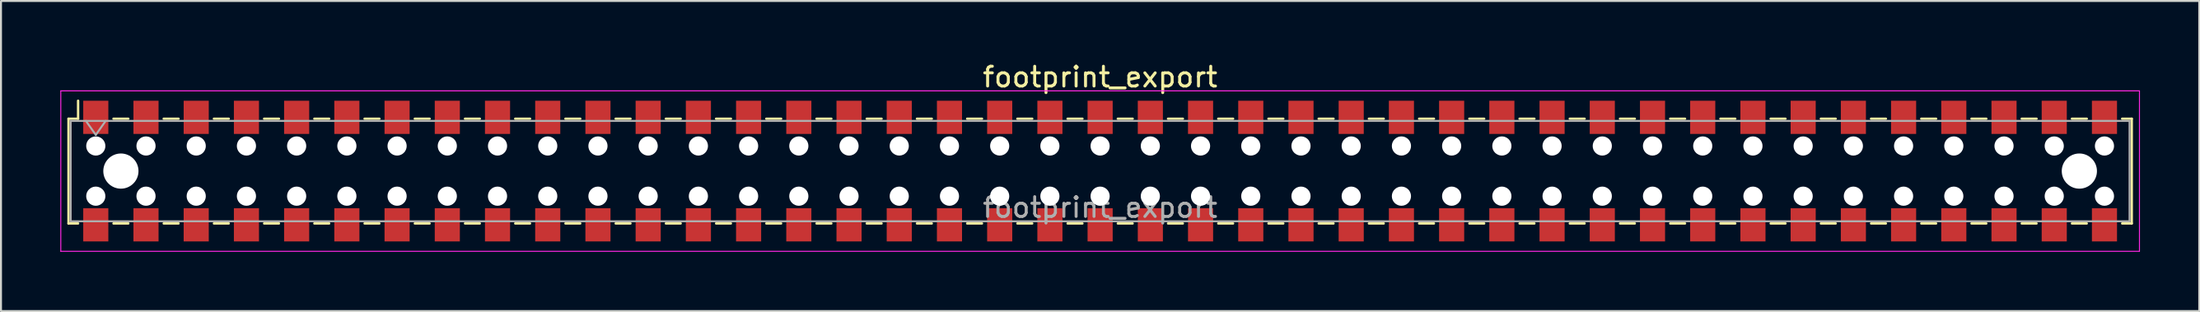
<source format=kicad_pcb>
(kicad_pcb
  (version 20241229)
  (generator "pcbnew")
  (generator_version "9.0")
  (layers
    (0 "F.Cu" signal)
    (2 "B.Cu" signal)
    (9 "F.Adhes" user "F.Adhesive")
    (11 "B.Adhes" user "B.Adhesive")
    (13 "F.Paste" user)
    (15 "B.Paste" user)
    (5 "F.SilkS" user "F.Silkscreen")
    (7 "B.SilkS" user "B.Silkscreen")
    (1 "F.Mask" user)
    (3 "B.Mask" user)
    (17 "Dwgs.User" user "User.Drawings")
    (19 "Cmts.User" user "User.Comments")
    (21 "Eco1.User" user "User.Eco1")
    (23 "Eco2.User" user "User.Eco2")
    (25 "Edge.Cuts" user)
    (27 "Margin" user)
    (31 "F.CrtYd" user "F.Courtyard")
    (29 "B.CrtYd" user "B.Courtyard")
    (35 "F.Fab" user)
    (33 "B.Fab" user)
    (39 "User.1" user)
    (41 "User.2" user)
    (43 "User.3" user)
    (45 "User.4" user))
  (footprint "footprint_export"
    (layer "F.Cu")
    (at 52.595 5.608)
    (property "Reference" "footprint_export" (at 0 -4.76 0) (layer "F.SilkS") (effects (font (size 1 1) (thickness 0.15))))
    (attr smd)
    (fp_line (start -52.18 -2.65) (end -52.18 2.65) (stroke (width 0.12) (type solid)) (layer "F.SilkS"))
    (fp_line (start -52.18 2.65) (end -51.695 2.65) (stroke (width 0.12) (type solid)) (layer "F.SilkS"))
    (fp_line (start -51.695 -3.56) (end -51.695 -2.65) (stroke (width 0.12) (type solid)) (layer "F.SilkS"))
    (fp_line (start -51.695 -2.65) (end -52.18 -2.65) (stroke (width 0.12) (type solid)) (layer "F.SilkS"))
    (fp_line (start -49.905 -2.65) (end -49.155 -2.65) (stroke (width 0.12) (type solid)) (layer "F.SilkS"))
    (fp_line (start -49.905 2.65) (end -49.155 2.65) (stroke (width 0.12) (type solid)) (layer "F.SilkS"))
    (fp_line (start -47.365 -2.65) (end -46.615 -2.65) (stroke (width 0.12) (type solid)) (layer "F.SilkS"))
    (fp_line (start -47.365 2.65) (end -46.615 2.65) (stroke (width 0.12) (type solid)) (layer "F.SilkS"))
    (fp_line (start -44.825 -2.65) (end -44.075 -2.65) (stroke (width 0.12) (type solid)) (layer "F.SilkS"))
    (fp_line (start -44.825 2.65) (end -44.075 2.65) (stroke (width 0.12) (type solid)) (layer "F.SilkS"))
    (fp_line (start -42.285 -2.65) (end -41.535 -2.65) (stroke (width 0.12) (type solid)) (layer "F.SilkS"))
    (fp_line (start -42.285 2.65) (end -41.535 2.65) (stroke (width 0.12) (type solid)) (layer "F.SilkS"))
    (fp_line (start -39.745 -2.65) (end -38.995 -2.65) (stroke (width 0.12) (type solid)) (layer "F.SilkS"))
    (fp_line (start -39.745 2.65) (end -38.995 2.65) (stroke (width 0.12) (type solid)) (layer "F.SilkS"))
    (fp_line (start -37.205 -2.65) (end -36.455 -2.65) (stroke (width 0.12) (type solid)) (layer "F.SilkS"))
    (fp_line (start -37.205 2.65) (end -36.455 2.65) (stroke (width 0.12) (type solid)) (layer "F.SilkS"))
    (fp_line (start -34.665 -2.65) (end -33.915 -2.65) (stroke (width 0.12) (type solid)) (layer "F.SilkS"))
    (fp_line (start -34.665 2.65) (end -33.915 2.65) (stroke (width 0.12) (type solid)) (layer "F.SilkS"))
    (fp_line (start -32.125 -2.65) (end -31.375 -2.65) (stroke (width 0.12) (type solid)) (layer "F.SilkS"))
    (fp_line (start -32.125 2.65) (end -31.375 2.65) (stroke (width 0.12) (type solid)) (layer "F.SilkS"))
    (fp_line (start -29.585 -2.65) (end -28.835 -2.65) (stroke (width 0.12) (type solid)) (layer "F.SilkS"))
    (fp_line (start -29.585 2.65) (end -28.835 2.65) (stroke (width 0.12) (type solid)) (layer "F.SilkS"))
    (fp_line (start -27.045 -2.65) (end -26.295 -2.65) (stroke (width 0.12) (type solid)) (layer "F.SilkS"))
    (fp_line (start -27.045 2.65) (end -26.295 2.65) (stroke (width 0.12) (type solid)) (layer "F.SilkS"))
    (fp_line (start -24.505 -2.65) (end -23.755 -2.65) (stroke (width 0.12) (type solid)) (layer "F.SilkS"))
    (fp_line (start -24.505 2.65) (end -23.755 2.65) (stroke (width 0.12) (type solid)) (layer "F.SilkS"))
    (fp_line (start -21.965 -2.65) (end -21.215 -2.65) (stroke (width 0.12) (type solid)) (layer "F.SilkS"))
    (fp_line (start -21.965 2.65) (end -21.215 2.65) (stroke (width 0.12) (type solid)) (layer "F.SilkS"))
    (fp_line (start -19.425 -2.65) (end -18.675 -2.65) (stroke (width 0.12) (type solid)) (layer "F.SilkS"))
    (fp_line (start -19.425 2.65) (end -18.675 2.65) (stroke (width 0.12) (type solid)) (layer "F.SilkS"))
    (fp_line (start -16.885 -2.65) (end -16.135 -2.65) (stroke (width 0.12) (type solid)) (layer "F.SilkS"))
    (fp_line (start -16.885 2.65) (end -16.135 2.65) (stroke (width 0.12) (type solid)) (layer "F.SilkS"))
    (fp_line (start -14.345 -2.65) (end -13.595 -2.65) (stroke (width 0.12) (type solid)) (layer "F.SilkS"))
    (fp_line (start -14.345 2.65) (end -13.595 2.65) (stroke (width 0.12) (type solid)) (layer "F.SilkS"))
    (fp_line (start -11.805 -2.65) (end -11.055 -2.65) (stroke (width 0.12) (type solid)) (layer "F.SilkS"))
    (fp_line (start -11.805 2.65) (end -11.055 2.65) (stroke (width 0.12) (type solid)) (layer "F.SilkS"))
    (fp_line (start -9.265 -2.65) (end -8.515 -2.65) (stroke (width 0.12) (type solid)) (layer "F.SilkS"))
    (fp_line (start -9.265 2.65) (end -8.515 2.65) (stroke (width 0.12) (type solid)) (layer "F.SilkS"))
    (fp_line (start -6.725 -2.65) (end -5.975 -2.65) (stroke (width 0.12) (type solid)) (layer "F.SilkS"))
    (fp_line (start -6.725 2.65) (end -5.975 2.65) (stroke (width 0.12) (type solid)) (layer "F.SilkS"))
    (fp_line (start -4.185 -2.65) (end -3.435 -2.65) (stroke (width 0.12) (type solid)) (layer "F.SilkS"))
    (fp_line (start -4.185 2.65) (end -3.435 2.65) (stroke (width 0.12) (type solid)) (layer "F.SilkS"))
    (fp_line (start -1.645 -2.65) (end -0.895 -2.65) (stroke (width 0.12) (type solid)) (layer "F.SilkS"))
    (fp_line (start -1.645 2.65) (end -0.895 2.65) (stroke (width 0.12) (type solid)) (layer "F.SilkS"))
    (fp_line (start 0.895 -2.65) (end 1.645 -2.65) (stroke (width 0.12) (type solid)) (layer "F.SilkS"))
    (fp_line (start 0.895 2.65) (end 1.645 2.65) (stroke (width 0.12) (type solid)) (layer "F.SilkS"))
    (fp_line (start 3.435 -2.65) (end 4.185 -2.65) (stroke (width 0.12) (type solid)) (layer "F.SilkS"))
    (fp_line (start 3.435 2.65) (end 4.185 2.65) (stroke (width 0.12) (type solid)) (layer "F.SilkS"))
    (fp_line (start 5.975 -2.65) (end 6.725 -2.65) (stroke (width 0.12) (type solid)) (layer "F.SilkS"))
    (fp_line (start 5.975 2.65) (end 6.725 2.65) (stroke (width 0.12) (type solid)) (layer "F.SilkS"))
    (fp_line (start 8.515 -2.65) (end 9.265 -2.65) (stroke (width 0.12) (type solid)) (layer "F.SilkS"))
    (fp_line (start 8.515 2.65) (end 9.265 2.65) (stroke (width 0.12) (type solid)) (layer "F.SilkS"))
    (fp_line (start 11.055 -2.65) (end 11.805 -2.65) (stroke (width 0.12) (type solid)) (layer "F.SilkS"))
    (fp_line (start 11.055 2.65) (end 11.805 2.65) (stroke (width 0.12) (type solid)) (layer "F.SilkS"))
    (fp_line (start 13.595 -2.65) (end 14.345 -2.65) (stroke (width 0.12) (type solid)) (layer "F.SilkS"))
    (fp_line (start 13.595 2.65) (end 14.345 2.65) (stroke (width 0.12) (type solid)) (layer "F.SilkS"))
    (fp_line (start 16.135 -2.65) (end 16.885 -2.65) (stroke (width 0.12) (type solid)) (layer "F.SilkS"))
    (fp_line (start 16.135 2.65) (end 16.885 2.65) (stroke (width 0.12) (type solid)) (layer "F.SilkS"))
    (fp_line (start 18.675 -2.65) (end 19.425 -2.65) (stroke (width 0.12) (type solid)) (layer "F.SilkS"))
    (fp_line (start 18.675 2.65) (end 19.425 2.65) (stroke (width 0.12) (type solid)) (layer "F.SilkS"))
    (fp_line (start 21.215 -2.65) (end 21.965 -2.65) (stroke (width 0.12) (type solid)) (layer "F.SilkS"))
    (fp_line (start 21.215 2.65) (end 21.965 2.65) (stroke (width 0.12) (type solid)) (layer "F.SilkS"))
    (fp_line (start 23.755 -2.65) (end 24.505 -2.65) (stroke (width 0.12) (type solid)) (layer "F.SilkS"))
    (fp_line (start 23.755 2.65) (end 24.505 2.65) (stroke (width 0.12) (type solid)) (layer "F.SilkS"))
    (fp_line (start 26.295 -2.65) (end 27.045 -2.65) (stroke (width 0.12) (type solid)) (layer "F.SilkS"))
    (fp_line (start 26.295 2.65) (end 27.045 2.65) (stroke (width 0.12) (type solid)) (layer "F.SilkS"))
    (fp_line (start 28.835 -2.65) (end 29.585 -2.65) (stroke (width 0.12) (type solid)) (layer "F.SilkS"))
    (fp_line (start 28.835 2.65) (end 29.585 2.65) (stroke (width 0.12) (type solid)) (layer "F.SilkS"))
    (fp_line (start 31.375 -2.65) (end 32.125 -2.65) (stroke (width 0.12) (type solid)) (layer "F.SilkS"))
    (fp_line (start 31.375 2.65) (end 32.125 2.65) (stroke (width 0.12) (type solid)) (layer "F.SilkS"))
    (fp_line (start 33.915 -2.65) (end 34.665 -2.65) (stroke (width 0.12) (type solid)) (layer "F.SilkS"))
    (fp_line (start 33.915 2.65) (end 34.665 2.65) (stroke (width 0.12) (type solid)) (layer "F.SilkS"))
    (fp_line (start 36.455 -2.65) (end 37.205 -2.65) (stroke (width 0.12) (type solid)) (layer "F.SilkS"))
    (fp_line (start 36.455 2.65) (end 37.205 2.65) (stroke (width 0.12) (type solid)) (layer "F.SilkS"))
    (fp_line (start 38.995 -2.65) (end 39.745 -2.65) (stroke (width 0.12) (type solid)) (layer "F.SilkS"))
    (fp_line (start 38.995 2.65) (end 39.745 2.65) (stroke (width 0.12) (type solid)) (layer "F.SilkS"))
    (fp_line (start 41.535 -2.65) (end 42.285 -2.65) (stroke (width 0.12) (type solid)) (layer "F.SilkS"))
    (fp_line (start 41.535 2.65) (end 42.285 2.65) (stroke (width 0.12) (type solid)) (layer "F.SilkS"))
    (fp_line (start 44.075 -2.65) (end 44.825 -2.65) (stroke (width 0.12) (type solid)) (layer "F.SilkS"))
    (fp_line (start 44.075 2.65) (end 44.825 2.65) (stroke (width 0.12) (type solid)) (layer "F.SilkS"))
    (fp_line (start 46.615 -2.65) (end 47.365 -2.65) (stroke (width 0.12) (type solid)) (layer "F.SilkS"))
    (fp_line (start 46.615 2.65) (end 47.365 2.65) (stroke (width 0.12) (type solid)) (layer "F.SilkS"))
    (fp_line (start 49.155 -2.65) (end 49.905 -2.65) (stroke (width 0.12) (type solid)) (layer "F.SilkS"))
    (fp_line (start 49.155 2.65) (end 49.905 2.65) (stroke (width 0.12) (type solid)) (layer "F.SilkS"))
    (fp_line (start 51.695 -2.65) (end 52.18 -2.65) (stroke (width 0.12) (type solid)) (layer "F.SilkS"))
    (fp_line (start 52.18 -2.65) (end 52.18 2.65) (stroke (width 0.12) (type solid)) (layer "F.SilkS"))
    (fp_line (start 52.18 2.65) (end 51.695 2.65) (stroke (width 0.12) (type solid)) (layer "F.SilkS"))
    (fp_line (start -52.57 -4.06) (end 52.57 -4.06) (stroke (width 0.05) (type solid)) (layer "F.CrtYd"))
    (fp_line (start -52.57 4.06) (end -52.57 -4.06) (stroke (width 0.05) (type solid)) (layer "F.CrtYd"))
    (fp_line (start 52.57 -4.06) (end 52.57 4.06) (stroke (width 0.05) (type solid)) (layer "F.CrtYd"))
    (fp_line (start 52.57 4.06) (end -52.57 4.06) (stroke (width 0.05) (type solid)) (layer "F.CrtYd"))
    (fp_line (start -52.07 -2.54) (end 52.07 -2.54) (stroke (width 0.1) (type solid)) (layer "F.Fab"))
    (fp_line (start -52.07 2.54) (end -52.07 -2.54) (stroke (width 0.1) (type solid)) (layer "F.Fab"))
    (fp_line (start -51.3 -2.54) (end -50.8 -1.833) (stroke (width 0.1) (type solid)) (layer "F.Fab"))
    (fp_line (start -50.8 -1.833) (end -50.3 -2.54) (stroke (width 0.1) (type solid)) (layer "F.Fab"))
    (fp_line (start 52.07 -2.54) (end 52.07 2.54) (stroke (width 0.1) (type solid)) (layer "F.Fab"))
    (fp_line (start 52.07 2.54) (end -52.07 2.54) (stroke (width 0.1) (type solid)) (layer "F.Fab"))
    (fp_text user "${REFERENCE}" (at 0 1.84 0) (layer "F.Fab") (effects (font (size 1 1) (thickness 0.15))))
    (pad "" np_thru_hole circle (at -50.8 -1.27) (size 0.97 0.97) (drill 0.97) (layers "*.Cu" "*.Mask"))
    (pad "" np_thru_hole circle (at -50.8 1.27) (size 0.97 0.97) (drill 0.97) (layers "*.Cu" "*.Mask"))
    (pad "" np_thru_hole circle (at -49.53 0) (size 1.78 1.78) (drill 1.78) (layers "*.Cu" "*.Mask"))
    (pad "" np_thru_hole circle (at -48.26 -1.27) (size 0.97 0.97) (drill 0.97) (layers "*.Cu" "*.Mask"))
    (pad "" np_thru_hole circle (at -48.26 1.27) (size 0.97 0.97) (drill 0.97) (layers "*.Cu" "*.Mask"))
    (pad "" np_thru_hole circle (at -45.72 -1.27) (size 0.97 0.97) (drill 0.97) (layers "*.Cu" "*.Mask"))
    (pad "" np_thru_hole circle (at -45.72 1.27) (size 0.97 0.97) (drill 0.97) (layers "*.Cu" "*.Mask"))
    (pad "" np_thru_hole circle (at -43.18 -1.27) (size 0.97 0.97) (drill 0.97) (layers "*.Cu" "*.Mask"))
    (pad "" np_thru_hole circle (at -43.18 1.27) (size 0.97 0.97) (drill 0.97) (layers "*.Cu" "*.Mask"))
    (pad "" np_thru_hole circle (at -40.64 -1.27) (size 0.97 0.97) (drill 0.97) (layers "*.Cu" "*.Mask"))
    (pad "" np_thru_hole circle (at -40.64 1.27) (size 0.97 0.97) (drill 0.97) (layers "*.Cu" "*.Mask"))
    (pad "" np_thru_hole circle (at -38.1 -1.27) (size 0.97 0.97) (drill 0.97) (layers "*.Cu" "*.Mask"))
    (pad "" np_thru_hole circle (at -38.1 1.27) (size 0.97 0.97) (drill 0.97) (layers "*.Cu" "*.Mask"))
    (pad "" np_thru_hole circle (at -35.56 -1.27) (size 0.97 0.97) (drill 0.97) (layers "*.Cu" "*.Mask"))
    (pad "" np_thru_hole circle (at -35.56 1.27) (size 0.97 0.97) (drill 0.97) (layers "*.Cu" "*.Mask"))
    (pad "" np_thru_hole circle (at -33.02 -1.27) (size 0.97 0.97) (drill 0.97) (layers "*.Cu" "*.Mask"))
    (pad "" np_thru_hole circle (at -33.02 1.27) (size 0.97 0.97) (drill 0.97) (layers "*.Cu" "*.Mask"))
    (pad "" np_thru_hole circle (at -30.48 -1.27) (size 0.97 0.97) (drill 0.97) (layers "*.Cu" "*.Mask"))
    (pad "" np_thru_hole circle (at -30.48 1.27) (size 0.97 0.97) (drill 0.97) (layers "*.Cu" "*.Mask"))
    (pad "" np_thru_hole circle (at -27.94 -1.27) (size 0.97 0.97) (drill 0.97) (layers "*.Cu" "*.Mask"))
    (pad "" np_thru_hole circle (at -27.94 1.27) (size 0.97 0.97) (drill 0.97) (layers "*.Cu" "*.Mask"))
    (pad "" np_thru_hole circle (at -25.4 -1.27) (size 0.97 0.97) (drill 0.97) (layers "*.Cu" "*.Mask"))
    (pad "" np_thru_hole circle (at -25.4 1.27) (size 0.97 0.97) (drill 0.97) (layers "*.Cu" "*.Mask"))
    (pad "" np_thru_hole circle (at -22.86 -1.27) (size 0.97 0.97) (drill 0.97) (layers "*.Cu" "*.Mask"))
    (pad "" np_thru_hole circle (at -22.86 1.27) (size 0.97 0.97) (drill 0.97) (layers "*.Cu" "*.Mask"))
    (pad "" np_thru_hole circle (at -20.32 -1.27) (size 0.97 0.97) (drill 0.97) (layers "*.Cu" "*.Mask"))
    (pad "" np_thru_hole circle (at -20.32 1.27) (size 0.97 0.97) (drill 0.97) (layers "*.Cu" "*.Mask"))
    (pad "" np_thru_hole circle (at -17.78 -1.27) (size 0.97 0.97) (drill 0.97) (layers "*.Cu" "*.Mask"))
    (pad "" np_thru_hole circle (at -17.78 1.27) (size 0.97 0.97) (drill 0.97) (layers "*.Cu" "*.Mask"))
    (pad "" np_thru_hole circle (at -15.24 -1.27) (size 0.97 0.97) (drill 0.97) (layers "*.Cu" "*.Mask"))
    (pad "" np_thru_hole circle (at -15.24 1.27) (size 0.97 0.97) (drill 0.97) (layers "*.Cu" "*.Mask"))
    (pad "" np_thru_hole circle (at -12.7 -1.27) (size 0.97 0.97) (drill 0.97) (layers "*.Cu" "*.Mask"))
    (pad "" np_thru_hole circle (at -12.7 1.27) (size 0.97 0.97) (drill 0.97) (layers "*.Cu" "*.Mask"))
    (pad "" np_thru_hole circle (at -10.16 -1.27) (size 0.97 0.97) (drill 0.97) (layers "*.Cu" "*.Mask"))
    (pad "" np_thru_hole circle (at -10.16 1.27) (size 0.97 0.97) (drill 0.97) (layers "*.Cu" "*.Mask"))
    (pad "" np_thru_hole circle (at -7.62 -1.27) (size 0.97 0.97) (drill 0.97) (layers "*.Cu" "*.Mask"))
    (pad "" np_thru_hole circle (at -7.62 1.27) (size 0.97 0.97) (drill 0.97) (layers "*.Cu" "*.Mask"))
    (pad "" np_thru_hole circle (at -5.08 -1.27) (size 0.97 0.97) (drill 0.97) (layers "*.Cu" "*.Mask"))
    (pad "" np_thru_hole circle (at -5.08 1.27) (size 0.97 0.97) (drill 0.97) (layers "*.Cu" "*.Mask"))
    (pad "" np_thru_hole circle (at -2.54 -1.27) (size 0.97 0.97) (drill 0.97) (layers "*.Cu" "*.Mask"))
    (pad "" np_thru_hole circle (at -2.54 1.27) (size 0.97 0.97) (drill 0.97) (layers "*.Cu" "*.Mask"))
    (pad "" np_thru_hole circle (at 0 -1.27) (size 0.97 0.97) (drill 0.97) (layers "*.Cu" "*.Mask"))
    (pad "" np_thru_hole circle (at 0 1.27) (size 0.97 0.97) (drill 0.97) (layers "*.Cu" "*.Mask"))
    (pad "" np_thru_hole circle (at 2.54 -1.27) (size 0.97 0.97) (drill 0.97) (layers "*.Cu" "*.Mask"))
    (pad "" np_thru_hole circle (at 2.54 1.27) (size 0.97 0.97) (drill 0.97) (layers "*.Cu" "*.Mask"))
    (pad "" np_thru_hole circle (at 5.08 -1.27) (size 0.97 0.97) (drill 0.97) (layers "*.Cu" "*.Mask"))
    (pad "" np_thru_hole circle (at 5.08 1.27) (size 0.97 0.97) (drill 0.97) (layers "*.Cu" "*.Mask"))
    (pad "" np_thru_hole circle (at 7.62 -1.27) (size 0.97 0.97) (drill 0.97) (layers "*.Cu" "*.Mask"))
    (pad "" np_thru_hole circle (at 7.62 1.27) (size 0.97 0.97) (drill 0.97) (layers "*.Cu" "*.Mask"))
    (pad "" np_thru_hole circle (at 10.16 -1.27) (size 0.97 0.97) (drill 0.97) (layers "*.Cu" "*.Mask"))
    (pad "" np_thru_hole circle (at 10.16 1.27) (size 0.97 0.97) (drill 0.97) (layers "*.Cu" "*.Mask"))
    (pad "" np_thru_hole circle (at 12.7 -1.27) (size 0.97 0.97) (drill 0.97) (layers "*.Cu" "*.Mask"))
    (pad "" np_thru_hole circle (at 12.7 1.27) (size 0.97 0.97) (drill 0.97) (layers "*.Cu" "*.Mask"))
    (pad "" np_thru_hole circle (at 15.24 -1.27) (size 0.97 0.97) (drill 0.97) (layers "*.Cu" "*.Mask"))
    (pad "" np_thru_hole circle (at 15.24 1.27) (size 0.97 0.97) (drill 0.97) (layers "*.Cu" "*.Mask"))
    (pad "" np_thru_hole circle (at 17.78 -1.27) (size 0.97 0.97) (drill 0.97) (layers "*.Cu" "*.Mask"))
    (pad "" np_thru_hole circle (at 17.78 1.27) (size 0.97 0.97) (drill 0.97) (layers "*.Cu" "*.Mask"))
    (pad "" np_thru_hole circle (at 20.32 -1.27) (size 0.97 0.97) (drill 0.97) (layers "*.Cu" "*.Mask"))
    (pad "" np_thru_hole circle (at 20.32 1.27) (size 0.97 0.97) (drill 0.97) (layers "*.Cu" "*.Mask"))
    (pad "" np_thru_hole circle (at 22.86 -1.27) (size 0.97 0.97) (drill 0.97) (layers "*.Cu" "*.Mask"))
    (pad "" np_thru_hole circle (at 22.86 1.27) (size 0.97 0.97) (drill 0.97) (layers "*.Cu" "*.Mask"))
    (pad "" np_thru_hole circle (at 25.4 -1.27) (size 0.97 0.97) (drill 0.97) (layers "*.Cu" "*.Mask"))
    (pad "" np_thru_hole circle (at 25.4 1.27) (size 0.97 0.97) (drill 0.97) (layers "*.Cu" "*.Mask"))
    (pad "" np_thru_hole circle (at 27.94 -1.27) (size 0.97 0.97) (drill 0.97) (layers "*.Cu" "*.Mask"))
    (pad "" np_thru_hole circle (at 27.94 1.27) (size 0.97 0.97) (drill 0.97) (layers "*.Cu" "*.Mask"))
    (pad "" np_thru_hole circle (at 30.48 -1.27) (size 0.97 0.97) (drill 0.97) (layers "*.Cu" "*.Mask"))
    (pad "" np_thru_hole circle (at 30.48 1.27) (size 0.97 0.97) (drill 0.97) (layers "*.Cu" "*.Mask"))
    (pad "" np_thru_hole circle (at 33.02 -1.27) (size 0.97 0.97) (drill 0.97) (layers "*.Cu" "*.Mask"))
    (pad "" np_thru_hole circle (at 33.02 1.27) (size 0.97 0.97) (drill 0.97) (layers "*.Cu" "*.Mask"))
    (pad "" np_thru_hole circle (at 35.56 -1.27) (size 0.97 0.97) (drill 0.97) (layers "*.Cu" "*.Mask"))
    (pad "" np_thru_hole circle (at 35.56 1.27) (size 0.97 0.97) (drill 0.97) (layers "*.Cu" "*.Mask"))
    (pad "" np_thru_hole circle (at 38.1 -1.27) (size 0.97 0.97) (drill 0.97) (layers "*.Cu" "*.Mask"))
    (pad "" np_thru_hole circle (at 38.1 1.27) (size 0.97 0.97) (drill 0.97) (layers "*.Cu" "*.Mask"))
    (pad "" np_thru_hole circle (at 40.64 -1.27) (size 0.97 0.97) (drill 0.97) (layers "*.Cu" "*.Mask"))
    (pad "" np_thru_hole circle (at 40.64 1.27) (size 0.97 0.97) (drill 0.97) (layers "*.Cu" "*.Mask"))
    (pad "" np_thru_hole circle (at 43.18 -1.27) (size 0.97 0.97) (drill 0.97) (layers "*.Cu" "*.Mask"))
    (pad "" np_thru_hole circle (at 43.18 1.27) (size 0.97 0.97) (drill 0.97) (layers "*.Cu" "*.Mask"))
    (pad "" np_thru_hole circle (at 45.72 -1.27) (size 0.97 0.97) (drill 0.97) (layers "*.Cu" "*.Mask"))
    (pad "" np_thru_hole circle (at 45.72 1.27) (size 0.97 0.97) (drill 0.97) (layers "*.Cu" "*.Mask"))
    (pad "" np_thru_hole circle (at 48.26 -1.27) (size 0.97 0.97) (drill 0.97) (layers "*.Cu" "*.Mask"))
    (pad "" np_thru_hole circle (at 48.26 1.27) (size 0.97 0.97) (drill 0.97) (layers "*.Cu" "*.Mask"))
    (pad "" np_thru_hole circle (at 49.53 0) (size 1.78 1.78) (drill 1.78) (layers "*.Cu" "*.Mask"))
    (pad "" np_thru_hole circle (at 50.8 -1.27) (size 0.97 0.97) (drill 0.97) (layers "*.Cu" "*.Mask"))
    (pad "" np_thru_hole circle (at 50.8 1.27) (size 0.97 0.97) (drill 0.97) (layers "*.Cu" "*.Mask"))
    (pad "1" smd rect (at -50.8 -2.72) (size 1.27 1.68) (layers "F.Cu" "F.Mask" "F.Paste"))
    (pad "2" smd rect (at -50.8 2.72) (size 1.27 1.68) (layers "F.Cu" "F.Mask" "F.Paste"))
    (pad "3" smd rect (at -48.26 -2.72) (size 1.27 1.68) (layers "F.Cu" "F.Mask" "F.Paste"))
    (pad "4" smd rect (at -48.26 2.72) (size 1.27 1.68) (layers "F.Cu" "F.Mask" "F.Paste"))
    (pad "5" smd rect (at -45.72 -2.72) (size 1.27 1.68) (layers "F.Cu" "F.Mask" "F.Paste"))
    (pad "6" smd rect (at -45.72 2.72) (size 1.27 1.68) (layers "F.Cu" "F.Mask" "F.Paste"))
    (pad "7" smd rect (at -43.18 -2.72) (size 1.27 1.68) (layers "F.Cu" "F.Mask" "F.Paste"))
    (pad "8" smd rect (at -43.18 2.72) (size 1.27 1.68) (layers "F.Cu" "F.Mask" "F.Paste"))
    (pad "9" smd rect (at -40.64 -2.72) (size 1.27 1.68) (layers "F.Cu" "F.Mask" "F.Paste"))
    (pad "10" smd rect (at -40.64 2.72) (size 1.27 1.68) (layers "F.Cu" "F.Mask" "F.Paste"))
    (pad "11" smd rect (at -38.1 -2.72) (size 1.27 1.68) (layers "F.Cu" "F.Mask" "F.Paste"))
    (pad "12" smd rect (at -38.1 2.72) (size 1.27 1.68) (layers "F.Cu" "F.Mask" "F.Paste"))
    (pad "13" smd rect (at -35.56 -2.72) (size 1.27 1.68) (layers "F.Cu" "F.Mask" "F.Paste"))
    (pad "14" smd rect (at -35.56 2.72) (size 1.27 1.68) (layers "F.Cu" "F.Mask" "F.Paste"))
    (pad "15" smd rect (at -33.02 -2.72) (size 1.27 1.68) (layers "F.Cu" "F.Mask" "F.Paste"))
    (pad "16" smd rect (at -33.02 2.72) (size 1.27 1.68) (layers "F.Cu" "F.Mask" "F.Paste"))
    (pad "17" smd rect (at -30.48 -2.72) (size 1.27 1.68) (layers "F.Cu" "F.Mask" "F.Paste"))
    (pad "18" smd rect (at -30.48 2.72) (size 1.27 1.68) (layers "F.Cu" "F.Mask" "F.Paste"))
    (pad "19" smd rect (at -27.94 -2.72) (size 1.27 1.68) (layers "F.Cu" "F.Mask" "F.Paste"))
    (pad "20" smd rect (at -27.94 2.72) (size 1.27 1.68) (layers "F.Cu" "F.Mask" "F.Paste"))
    (pad "21" smd rect (at -25.4 -2.72) (size 1.27 1.68) (layers "F.Cu" "F.Mask" "F.Paste"))
    (pad "22" smd rect (at -25.4 2.72) (size 1.27 1.68) (layers "F.Cu" "F.Mask" "F.Paste"))
    (pad "23" smd rect (at -22.86 -2.72) (size 1.27 1.68) (layers "F.Cu" "F.Mask" "F.Paste"))
    (pad "24" smd rect (at -22.86 2.72) (size 1.27 1.68) (layers "F.Cu" "F.Mask" "F.Paste"))
    (pad "25" smd rect (at -20.32 -2.72) (size 1.27 1.68) (layers "F.Cu" "F.Mask" "F.Paste"))
    (pad "26" smd rect (at -20.32 2.72) (size 1.27 1.68) (layers "F.Cu" "F.Mask" "F.Paste"))
    (pad "27" smd rect (at -17.78 -2.72) (size 1.27 1.68) (layers "F.Cu" "F.Mask" "F.Paste"))
    (pad "28" smd rect (at -17.78 2.72) (size 1.27 1.68) (layers "F.Cu" "F.Mask" "F.Paste"))
    (pad "29" smd rect (at -15.24 -2.72) (size 1.27 1.68) (layers "F.Cu" "F.Mask" "F.Paste"))
    (pad "30" smd rect (at -15.24 2.72) (size 1.27 1.68) (layers "F.Cu" "F.Mask" "F.Paste"))
    (pad "31" smd rect (at -12.7 -2.72) (size 1.27 1.68) (layers "F.Cu" "F.Mask" "F.Paste"))
    (pad "32" smd rect (at -12.7 2.72) (size 1.27 1.68) (layers "F.Cu" "F.Mask" "F.Paste"))
    (pad "33" smd rect (at -10.16 -2.72) (size 1.27 1.68) (layers "F.Cu" "F.Mask" "F.Paste"))
    (pad "34" smd rect (at -10.16 2.72) (size 1.27 1.68) (layers "F.Cu" "F.Mask" "F.Paste"))
    (pad "35" smd rect (at -7.62 -2.72) (size 1.27 1.68) (layers "F.Cu" "F.Mask" "F.Paste"))
    (pad "36" smd rect (at -7.62 2.72) (size 1.27 1.68) (layers "F.Cu" "F.Mask" "F.Paste"))
    (pad "37" smd rect (at -5.08 -2.72) (size 1.27 1.68) (layers "F.Cu" "F.Mask" "F.Paste"))
    (pad "38" smd rect (at -5.08 2.72) (size 1.27 1.68) (layers "F.Cu" "F.Mask" "F.Paste"))
    (pad "39" smd rect (at -2.54 -2.72) (size 1.27 1.68) (layers "F.Cu" "F.Mask" "F.Paste"))
    (pad "40" smd rect (at -2.54 2.72) (size 1.27 1.68) (layers "F.Cu" "F.Mask" "F.Paste"))
    (pad "41" smd rect (at 0 -2.72) (size 1.27 1.68) (layers "F.Cu" "F.Mask" "F.Paste"))
    (pad "42" smd rect (at 0 2.72) (size 1.27 1.68) (layers "F.Cu" "F.Mask" "F.Paste"))
    (pad "43" smd rect (at 2.54 -2.72) (size 1.27 1.68) (layers "F.Cu" "F.Mask" "F.Paste"))
    (pad "44" smd rect (at 2.54 2.72) (size 1.27 1.68) (layers "F.Cu" "F.Mask" "F.Paste"))
    (pad "45" smd rect (at 5.08 -2.72) (size 1.27 1.68) (layers "F.Cu" "F.Mask" "F.Paste"))
    (pad "46" smd rect (at 5.08 2.72) (size 1.27 1.68) (layers "F.Cu" "F.Mask" "F.Paste"))
    (pad "47" smd rect (at 7.62 -2.72) (size 1.27 1.68) (layers "F.Cu" "F.Mask" "F.Paste"))
    (pad "48" smd rect (at 7.62 2.72) (size 1.27 1.68) (layers "F.Cu" "F.Mask" "F.Paste"))
    (pad "49" smd rect (at 10.16 -2.72) (size 1.27 1.68) (layers "F.Cu" "F.Mask" "F.Paste"))
    (pad "50" smd rect (at 10.16 2.72) (size 1.27 1.68) (layers "F.Cu" "F.Mask" "F.Paste"))
    (pad "51" smd rect (at 12.7 -2.72) (size 1.27 1.68) (layers "F.Cu" "F.Mask" "F.Paste"))
    (pad "52" smd rect (at 12.7 2.72) (size 1.27 1.68) (layers "F.Cu" "F.Mask" "F.Paste"))
    (pad "53" smd rect (at 15.24 -2.72) (size 1.27 1.68) (layers "F.Cu" "F.Mask" "F.Paste"))
    (pad "54" smd rect (at 15.24 2.72) (size 1.27 1.68) (layers "F.Cu" "F.Mask" "F.Paste"))
    (pad "55" smd rect (at 17.78 -2.72) (size 1.27 1.68) (layers "F.Cu" "F.Mask" "F.Paste"))
    (pad "56" smd rect (at 17.78 2.72) (size 1.27 1.68) (layers "F.Cu" "F.Mask" "F.Paste"))
    (pad "57" smd rect (at 20.32 -2.72) (size 1.27 1.68) (layers "F.Cu" "F.Mask" "F.Paste"))
    (pad "58" smd rect (at 20.32 2.72) (size 1.27 1.68) (layers "F.Cu" "F.Mask" "F.Paste"))
    (pad "59" smd rect (at 22.86 -2.72) (size 1.27 1.68) (layers "F.Cu" "F.Mask" "F.Paste"))
    (pad "60" smd rect (at 22.86 2.72) (size 1.27 1.68) (layers "F.Cu" "F.Mask" "F.Paste"))
    (pad "61" smd rect (at 25.4 -2.72) (size 1.27 1.68) (layers "F.Cu" "F.Mask" "F.Paste"))
    (pad "62" smd rect (at 25.4 2.72) (size 1.27 1.68) (layers "F.Cu" "F.Mask" "F.Paste"))
    (pad "63" smd rect (at 27.94 -2.72) (size 1.27 1.68) (layers "F.Cu" "F.Mask" "F.Paste"))
    (pad "64" smd rect (at 27.94 2.72) (size 1.27 1.68) (layers "F.Cu" "F.Mask" "F.Paste"))
    (pad "65" smd rect (at 30.48 -2.72) (size 1.27 1.68) (layers "F.Cu" "F.Mask" "F.Paste"))
    (pad "66" smd rect (at 30.48 2.72) (size 1.27 1.68) (layers "F.Cu" "F.Mask" "F.Paste"))
    (pad "67" smd rect (at 33.02 -2.72) (size 1.27 1.68) (layers "F.Cu" "F.Mask" "F.Paste"))
    (pad "68" smd rect (at 33.02 2.72) (size 1.27 1.68) (layers "F.Cu" "F.Mask" "F.Paste"))
    (pad "69" smd rect (at 35.56 -2.72) (size 1.27 1.68) (layers "F.Cu" "F.Mask" "F.Paste"))
    (pad "70" smd rect (at 35.56 2.72) (size 1.27 1.68) (layers "F.Cu" "F.Mask" "F.Paste"))
    (pad "71" smd rect (at 38.1 -2.72) (size 1.27 1.68) (layers "F.Cu" "F.Mask" "F.Paste"))
    (pad "72" smd rect (at 38.1 2.72) (size 1.27 1.68) (layers "F.Cu" "F.Mask" "F.Paste"))
    (pad "73" smd rect (at 40.64 -2.72) (size 1.27 1.68) (layers "F.Cu" "F.Mask" "F.Paste"))
    (pad "74" smd rect (at 40.64 2.72) (size 1.27 1.68) (layers "F.Cu" "F.Mask" "F.Paste"))
    (pad "75" smd rect (at 43.18 -2.72) (size 1.27 1.68) (layers "F.Cu" "F.Mask" "F.Paste"))
    (pad "76" smd rect (at 43.18 2.72) (size 1.27 1.68) (layers "F.Cu" "F.Mask" "F.Paste"))
    (pad "77" smd rect (at 45.72 -2.72) (size 1.27 1.68) (layers "F.Cu" "F.Mask" "F.Paste"))
    (pad "78" smd rect (at 45.72 2.72) (size 1.27 1.68) (layers "F.Cu" "F.Mask" "F.Paste"))
    (pad "79" smd rect (at 48.26 -2.72) (size 1.27 1.68) (layers "F.Cu" "F.Mask" "F.Paste"))
    (pad "80" smd rect (at 48.26 2.72) (size 1.27 1.68) (layers "F.Cu" "F.Mask" "F.Paste"))
    (pad "81" smd rect (at 50.8 -2.72) (size 1.27 1.68) (layers "F.Cu" "F.Mask" "F.Paste"))
    (pad "82" smd rect (at 50.8 2.72) (size 1.27 1.68) (layers "F.Cu" "F.Mask" "F.Paste")))
  (gr_rect
    (start -3 -3)
    (end 108.19 12.693)
    (stroke (width 0.1) (type default))
    (fill no)
    (layer "Edge.Cuts")))
</source>
